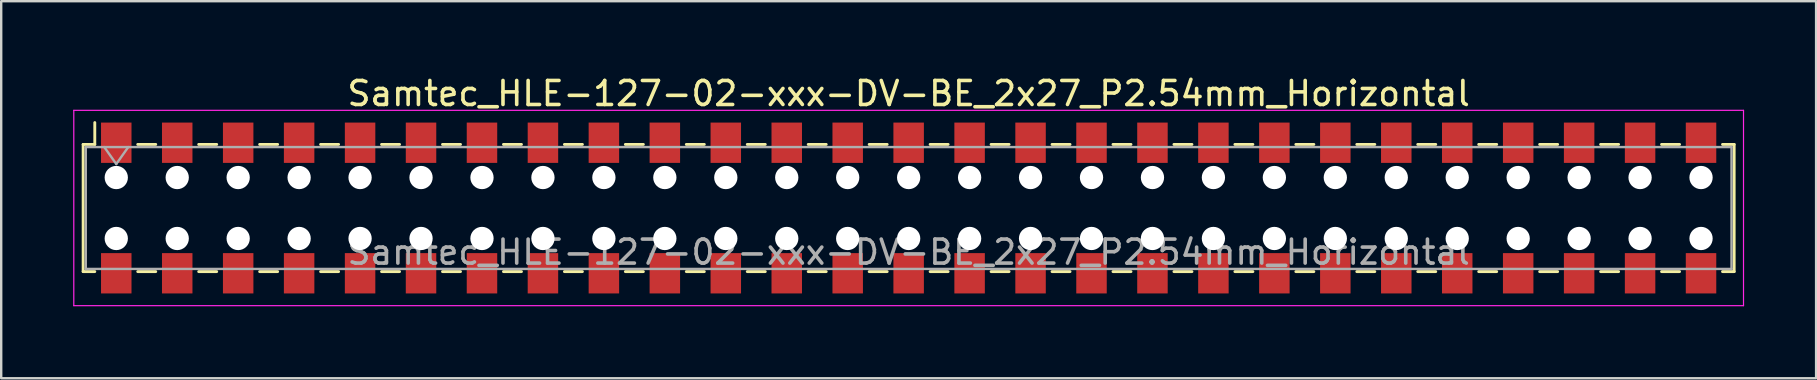
<source format=kicad_pcb>
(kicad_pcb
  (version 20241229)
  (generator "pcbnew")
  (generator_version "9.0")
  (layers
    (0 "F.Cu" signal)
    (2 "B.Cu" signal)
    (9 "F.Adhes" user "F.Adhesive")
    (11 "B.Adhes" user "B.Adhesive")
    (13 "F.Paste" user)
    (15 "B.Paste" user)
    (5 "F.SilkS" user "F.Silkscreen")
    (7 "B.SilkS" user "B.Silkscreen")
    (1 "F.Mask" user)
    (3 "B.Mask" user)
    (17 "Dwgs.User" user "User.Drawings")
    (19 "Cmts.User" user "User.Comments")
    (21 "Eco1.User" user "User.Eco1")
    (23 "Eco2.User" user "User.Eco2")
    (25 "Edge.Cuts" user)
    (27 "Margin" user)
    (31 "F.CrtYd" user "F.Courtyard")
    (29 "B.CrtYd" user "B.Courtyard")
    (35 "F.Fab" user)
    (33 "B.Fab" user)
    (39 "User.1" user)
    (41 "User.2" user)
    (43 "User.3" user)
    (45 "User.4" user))
  (footprint "Samtec_HLE-127-02-xxx-DV-BE_2x27_P2.54mm_Horizontal"
    (layer "F.Cu")
    (at 34.815 5.618)
    (property "Reference" "Samtec_HLE-127-02-xxx-DV-BE_2x27_P2.54mm_Horizontal" (at 0 -4.77 0) (layer "F.SilkS") (effects (font (size 1 1) (thickness 0.15))))
    (attr smd)
    (fp_line (start -34.4 -2.65) (end -34.4 2.65) (stroke (width 0.12) (type solid)) (layer "F.SilkS"))
    (fp_line (start -34.4 2.65) (end -33.915 2.65) (stroke (width 0.12) (type solid)) (layer "F.SilkS"))
    (fp_line (start -33.915 -3.56) (end -33.915 -2.65) (stroke (width 0.12) (type solid)) (layer "F.SilkS"))
    (fp_line (start -33.915 -2.65) (end -34.4 -2.65) (stroke (width 0.12) (type solid)) (layer "F.SilkS"))
    (fp_line (start -32.125 -2.65) (end -31.375 -2.65) (stroke (width 0.12) (type solid)) (layer "F.SilkS"))
    (fp_line (start -32.125 2.65) (end -31.375 2.65) (stroke (width 0.12) (type solid)) (layer "F.SilkS"))
    (fp_line (start -29.585 -2.65) (end -28.835 -2.65) (stroke (width 0.12) (type solid)) (layer "F.SilkS"))
    (fp_line (start -29.585 2.65) (end -28.835 2.65) (stroke (width 0.12) (type solid)) (layer "F.SilkS"))
    (fp_line (start -27.045 -2.65) (end -26.295 -2.65) (stroke (width 0.12) (type solid)) (layer "F.SilkS"))
    (fp_line (start -27.045 2.65) (end -26.295 2.65) (stroke (width 0.12) (type solid)) (layer "F.SilkS"))
    (fp_line (start -24.505 -2.65) (end -23.755 -2.65) (stroke (width 0.12) (type solid)) (layer "F.SilkS"))
    (fp_line (start -24.505 2.65) (end -23.755 2.65) (stroke (width 0.12) (type solid)) (layer "F.SilkS"))
    (fp_line (start -21.965 -2.65) (end -21.215 -2.65) (stroke (width 0.12) (type solid)) (layer "F.SilkS"))
    (fp_line (start -21.965 2.65) (end -21.215 2.65) (stroke (width 0.12) (type solid)) (layer "F.SilkS"))
    (fp_line (start -19.425 -2.65) (end -18.675 -2.65) (stroke (width 0.12) (type solid)) (layer "F.SilkS"))
    (fp_line (start -19.425 2.65) (end -18.675 2.65) (stroke (width 0.12) (type solid)) (layer "F.SilkS"))
    (fp_line (start -16.885 -2.65) (end -16.135 -2.65) (stroke (width 0.12) (type solid)) (layer "F.SilkS"))
    (fp_line (start -16.885 2.65) (end -16.135 2.65) (stroke (width 0.12) (type solid)) (layer "F.SilkS"))
    (fp_line (start -14.345 -2.65) (end -13.595 -2.65) (stroke (width 0.12) (type solid)) (layer "F.SilkS"))
    (fp_line (start -14.345 2.65) (end -13.595 2.65) (stroke (width 0.12) (type solid)) (layer "F.SilkS"))
    (fp_line (start -11.805 -2.65) (end -11.055 -2.65) (stroke (width 0.12) (type solid)) (layer "F.SilkS"))
    (fp_line (start -11.805 2.65) (end -11.055 2.65) (stroke (width 0.12) (type solid)) (layer "F.SilkS"))
    (fp_line (start -9.265 -2.65) (end -8.515 -2.65) (stroke (width 0.12) (type solid)) (layer "F.SilkS"))
    (fp_line (start -9.265 2.65) (end -8.515 2.65) (stroke (width 0.12) (type solid)) (layer "F.SilkS"))
    (fp_line (start -6.725 -2.65) (end -5.975 -2.65) (stroke (width 0.12) (type solid)) (layer "F.SilkS"))
    (fp_line (start -6.725 2.65) (end -5.975 2.65) (stroke (width 0.12) (type solid)) (layer "F.SilkS"))
    (fp_line (start -4.185 -2.65) (end -3.435 -2.65) (stroke (width 0.12) (type solid)) (layer "F.SilkS"))
    (fp_line (start -4.185 2.65) (end -3.435 2.65) (stroke (width 0.12) (type solid)) (layer "F.SilkS"))
    (fp_line (start -1.645 -2.65) (end -0.895 -2.65) (stroke (width 0.12) (type solid)) (layer "F.SilkS"))
    (fp_line (start -1.645 2.65) (end -0.895 2.65) (stroke (width 0.12) (type solid)) (layer "F.SilkS"))
    (fp_line (start 0.895 -2.65) (end 1.645 -2.65) (stroke (width 0.12) (type solid)) (layer "F.SilkS"))
    (fp_line (start 0.895 2.65) (end 1.645 2.65) (stroke (width 0.12) (type solid)) (layer "F.SilkS"))
    (fp_line (start 3.435 -2.65) (end 4.185 -2.65) (stroke (width 0.12) (type solid)) (layer "F.SilkS"))
    (fp_line (start 3.435 2.65) (end 4.185 2.65) (stroke (width 0.12) (type solid)) (layer "F.SilkS"))
    (fp_line (start 5.975 -2.65) (end 6.725 -2.65) (stroke (width 0.12) (type solid)) (layer "F.SilkS"))
    (fp_line (start 5.975 2.65) (end 6.725 2.65) (stroke (width 0.12) (type solid)) (layer "F.SilkS"))
    (fp_line (start 8.515 -2.65) (end 9.265 -2.65) (stroke (width 0.12) (type solid)) (layer "F.SilkS"))
    (fp_line (start 8.515 2.65) (end 9.265 2.65) (stroke (width 0.12) (type solid)) (layer "F.SilkS"))
    (fp_line (start 11.055 -2.65) (end 11.805 -2.65) (stroke (width 0.12) (type solid)) (layer "F.SilkS"))
    (fp_line (start 11.055 2.65) (end 11.805 2.65) (stroke (width 0.12) (type solid)) (layer "F.SilkS"))
    (fp_line (start 13.595 -2.65) (end 14.345 -2.65) (stroke (width 0.12) (type solid)) (layer "F.SilkS"))
    (fp_line (start 13.595 2.65) (end 14.345 2.65) (stroke (width 0.12) (type solid)) (layer "F.SilkS"))
    (fp_line (start 16.135 -2.65) (end 16.885 -2.65) (stroke (width 0.12) (type solid)) (layer "F.SilkS"))
    (fp_line (start 16.135 2.65) (end 16.885 2.65) (stroke (width 0.12) (type solid)) (layer "F.SilkS"))
    (fp_line (start 18.675 -2.65) (end 19.425 -2.65) (stroke (width 0.12) (type solid)) (layer "F.SilkS"))
    (fp_line (start 18.675 2.65) (end 19.425 2.65) (stroke (width 0.12) (type solid)) (layer "F.SilkS"))
    (fp_line (start 21.215 -2.65) (end 21.965 -2.65) (stroke (width 0.12) (type solid)) (layer "F.SilkS"))
    (fp_line (start 21.215 2.65) (end 21.965 2.65) (stroke (width 0.12) (type solid)) (layer "F.SilkS"))
    (fp_line (start 23.755 -2.65) (end 24.505 -2.65) (stroke (width 0.12) (type solid)) (layer "F.SilkS"))
    (fp_line (start 23.755 2.65) (end 24.505 2.65) (stroke (width 0.12) (type solid)) (layer "F.SilkS"))
    (fp_line (start 26.295 -2.65) (end 27.045 -2.65) (stroke (width 0.12) (type solid)) (layer "F.SilkS"))
    (fp_line (start 26.295 2.65) (end 27.045 2.65) (stroke (width 0.12) (type solid)) (layer "F.SilkS"))
    (fp_line (start 28.835 -2.65) (end 29.585 -2.65) (stroke (width 0.12) (type solid)) (layer "F.SilkS"))
    (fp_line (start 28.835 2.65) (end 29.585 2.65) (stroke (width 0.12) (type solid)) (layer "F.SilkS"))
    (fp_line (start 31.375 -2.65) (end 32.125 -2.65) (stroke (width 0.12) (type solid)) (layer "F.SilkS"))
    (fp_line (start 31.375 2.65) (end 32.125 2.65) (stroke (width 0.12) (type solid)) (layer "F.SilkS"))
    (fp_line (start 33.915 -2.65) (end 34.4 -2.65) (stroke (width 0.12) (type solid)) (layer "F.SilkS"))
    (fp_line (start 34.4 -2.65) (end 34.4 2.65) (stroke (width 0.12) (type solid)) (layer "F.SilkS"))
    (fp_line (start 34.4 2.65) (end 33.915 2.65) (stroke (width 0.12) (type solid)) (layer "F.SilkS"))
    (fp_line (start -34.79 -4.07) (end 34.79 -4.07) (stroke (width 0.05) (type solid)) (layer "F.CrtYd"))
    (fp_line (start -34.79 4.07) (end -34.79 -4.07) (stroke (width 0.05) (type solid)) (layer "F.CrtYd"))
    (fp_line (start 34.79 -4.07) (end 34.79 4.07) (stroke (width 0.05) (type solid)) (layer "F.CrtYd"))
    (fp_line (start 34.79 4.07) (end -34.79 4.07) (stroke (width 0.05) (type solid)) (layer "F.CrtYd"))
    (fp_line (start -34.29 -2.54) (end 34.29 -2.54) (stroke (width 0.1) (type solid)) (layer "F.Fab"))
    (fp_line (start -34.29 2.54) (end -34.29 -2.54) (stroke (width 0.1) (type solid)) (layer "F.Fab"))
    (fp_line (start -33.52 -2.54) (end -33.02 -1.833) (stroke (width 0.1) (type solid)) (layer "F.Fab"))
    (fp_line (start -33.02 -1.833) (end -32.52 -2.54) (stroke (width 0.1) (type solid)) (layer "F.Fab"))
    (fp_line (start 34.29 -2.54) (end 34.29 2.54) (stroke (width 0.1) (type solid)) (layer "F.Fab"))
    (fp_line (start 34.29 2.54) (end -34.29 2.54) (stroke (width 0.1) (type solid)) (layer "F.Fab"))
    (fp_text user "${REFERENCE}" (at 0 1.84 0) (layer "F.Fab") (effects (font (size 1 1) (thickness 0.15))))
    (pad "" np_thru_hole circle (at -33.02 -1.27) (size 0.97 0.97) (drill 0.97) (layers "*.Cu" "*.Mask"))
    (pad "" np_thru_hole circle (at -33.02 1.27) (size 0.97 0.97) (drill 0.97) (layers "*.Cu" "*.Mask"))
    (pad "" np_thru_hole circle (at -30.48 -1.27) (size 0.97 0.97) (drill 0.97) (layers "*.Cu" "*.Mask"))
    (pad "" np_thru_hole circle (at -30.48 1.27) (size 0.97 0.97) (drill 0.97) (layers "*.Cu" "*.Mask"))
    (pad "" np_thru_hole circle (at -27.94 -1.27) (size 0.97 0.97) (drill 0.97) (layers "*.Cu" "*.Mask"))
    (pad "" np_thru_hole circle (at -27.94 1.27) (size 0.97 0.97) (drill 0.97) (layers "*.Cu" "*.Mask"))
    (pad "" np_thru_hole circle (at -25.4 -1.27) (size 0.97 0.97) (drill 0.97) (layers "*.Cu" "*.Mask"))
    (pad "" np_thru_hole circle (at -25.4 1.27) (size 0.97 0.97) (drill 0.97) (layers "*.Cu" "*.Mask"))
    (pad "" np_thru_hole circle (at -22.86 -1.27) (size 0.97 0.97) (drill 0.97) (layers "*.Cu" "*.Mask"))
    (pad "" np_thru_hole circle (at -22.86 1.27) (size 0.97 0.97) (drill 0.97) (layers "*.Cu" "*.Mask"))
    (pad "" np_thru_hole circle (at -20.32 -1.27) (size 0.97 0.97) (drill 0.97) (layers "*.Cu" "*.Mask"))
    (pad "" np_thru_hole circle (at -20.32 1.27) (size 0.97 0.97) (drill 0.97) (layers "*.Cu" "*.Mask"))
    (pad "" np_thru_hole circle (at -17.78 -1.27) (size 0.97 0.97) (drill 0.97) (layers "*.Cu" "*.Mask"))
    (pad "" np_thru_hole circle (at -17.78 1.27) (size 0.97 0.97) (drill 0.97) (layers "*.Cu" "*.Mask"))
    (pad "" np_thru_hole circle (at -15.24 -1.27) (size 0.97 0.97) (drill 0.97) (layers "*.Cu" "*.Mask"))
    (pad "" np_thru_hole circle (at -15.24 1.27) (size 0.97 0.97) (drill 0.97) (layers "*.Cu" "*.Mask"))
    (pad "" np_thru_hole circle (at -12.7 -1.27) (size 0.97 0.97) (drill 0.97) (layers "*.Cu" "*.Mask"))
    (pad "" np_thru_hole circle (at -12.7 1.27) (size 0.97 0.97) (drill 0.97) (layers "*.Cu" "*.Mask"))
    (pad "" np_thru_hole circle (at -10.16 -1.27) (size 0.97 0.97) (drill 0.97) (layers "*.Cu" "*.Mask"))
    (pad "" np_thru_hole circle (at -10.16 1.27) (size 0.97 0.97) (drill 0.97) (layers "*.Cu" "*.Mask"))
    (pad "" np_thru_hole circle (at -7.62 -1.27) (size 0.97 0.97) (drill 0.97) (layers "*.Cu" "*.Mask"))
    (pad "" np_thru_hole circle (at -7.62 1.27) (size 0.97 0.97) (drill 0.97) (layers "*.Cu" "*.Mask"))
    (pad "" np_thru_hole circle (at -5.08 -1.27) (size 0.97 0.97) (drill 0.97) (layers "*.Cu" "*.Mask"))
    (pad "" np_thru_hole circle (at -5.08 1.27) (size 0.97 0.97) (drill 0.97) (layers "*.Cu" "*.Mask"))
    (pad "" np_thru_hole circle (at -2.54 -1.27) (size 0.97 0.97) (drill 0.97) (layers "*.Cu" "*.Mask"))
    (pad "" np_thru_hole circle (at -2.54 1.27) (size 0.97 0.97) (drill 0.97) (layers "*.Cu" "*.Mask"))
    (pad "" np_thru_hole circle (at 0 -1.27) (size 0.97 0.97) (drill 0.97) (layers "*.Cu" "*.Mask"))
    (pad "" np_thru_hole circle (at 0 1.27) (size 0.97 0.97) (drill 0.97) (layers "*.Cu" "*.Mask"))
    (pad "" np_thru_hole circle (at 2.54 -1.27) (size 0.97 0.97) (drill 0.97) (layers "*.Cu" "*.Mask"))
    (pad "" np_thru_hole circle (at 2.54 1.27) (size 0.97 0.97) (drill 0.97) (layers "*.Cu" "*.Mask"))
    (pad "" np_thru_hole circle (at 5.08 -1.27) (size 0.97 0.97) (drill 0.97) (layers "*.Cu" "*.Mask"))
    (pad "" np_thru_hole circle (at 5.08 1.27) (size 0.97 0.97) (drill 0.97) (layers "*.Cu" "*.Mask"))
    (pad "" np_thru_hole circle (at 7.62 -1.27) (size 0.97 0.97) (drill 0.97) (layers "*.Cu" "*.Mask"))
    (pad "" np_thru_hole circle (at 7.62 1.27) (size 0.97 0.97) (drill 0.97) (layers "*.Cu" "*.Mask"))
    (pad "" np_thru_hole circle (at 10.16 -1.27) (size 0.97 0.97) (drill 0.97) (layers "*.Cu" "*.Mask"))
    (pad "" np_thru_hole circle (at 10.16 1.27) (size 0.97 0.97) (drill 0.97) (layers "*.Cu" "*.Mask"))
    (pad "" np_thru_hole circle (at 12.7 -1.27) (size 0.97 0.97) (drill 0.97) (layers "*.Cu" "*.Mask"))
    (pad "" np_thru_hole circle (at 12.7 1.27) (size 0.97 0.97) (drill 0.97) (layers "*.Cu" "*.Mask"))
    (pad "" np_thru_hole circle (at 15.24 -1.27) (size 0.97 0.97) (drill 0.97) (layers "*.Cu" "*.Mask"))
    (pad "" np_thru_hole circle (at 15.24 1.27) (size 0.97 0.97) (drill 0.97) (layers "*.Cu" "*.Mask"))
    (pad "" np_thru_hole circle (at 17.78 -1.27) (size 0.97 0.97) (drill 0.97) (layers "*.Cu" "*.Mask"))
    (pad "" np_thru_hole circle (at 17.78 1.27) (size 0.97 0.97) (drill 0.97) (layers "*.Cu" "*.Mask"))
    (pad "" np_thru_hole circle (at 20.32 -1.27) (size 0.97 0.97) (drill 0.97) (layers "*.Cu" "*.Mask"))
    (pad "" np_thru_hole circle (at 20.32 1.27) (size 0.97 0.97) (drill 0.97) (layers "*.Cu" "*.Mask"))
    (pad "" np_thru_hole circle (at 22.86 -1.27) (size 0.97 0.97) (drill 0.97) (layers "*.Cu" "*.Mask"))
    (pad "" np_thru_hole circle (at 22.86 1.27) (size 0.97 0.97) (drill 0.97) (layers "*.Cu" "*.Mask"))
    (pad "" np_thru_hole circle (at 25.4 -1.27) (size 0.97 0.97) (drill 0.97) (layers "*.Cu" "*.Mask"))
    (pad "" np_thru_hole circle (at 25.4 1.27) (size 0.97 0.97) (drill 0.97) (layers "*.Cu" "*.Mask"))
    (pad "" np_thru_hole circle (at 27.94 -1.27) (size 0.97 0.97) (drill 0.97) (layers "*.Cu" "*.Mask"))
    (pad "" np_thru_hole circle (at 27.94 1.27) (size 0.97 0.97) (drill 0.97) (layers "*.Cu" "*.Mask"))
    (pad "" np_thru_hole circle (at 30.48 -1.27) (size 0.97 0.97) (drill 0.97) (layers "*.Cu" "*.Mask"))
    (pad "" np_thru_hole circle (at 30.48 1.27) (size 0.97 0.97) (drill 0.97) (layers "*.Cu" "*.Mask"))
    (pad "" np_thru_hole circle (at 33.02 -1.27) (size 0.97 0.97) (drill 0.97) (layers "*.Cu" "*.Mask"))
    (pad "" np_thru_hole circle (at 33.02 1.27) (size 0.97 0.97) (drill 0.97) (layers "*.Cu" "*.Mask"))
    (pad "1" smd rect (at -33.02 -2.72) (size 1.27 1.68) (layers "F.Cu" "F.Mask" "F.Paste"))
    (pad "2" smd rect (at -33.02 2.72) (size 1.27 1.68) (layers "F.Cu" "F.Mask" "F.Paste"))
    (pad "3" smd rect (at -30.48 -2.72) (size 1.27 1.68) (layers "F.Cu" "F.Mask" "F.Paste"))
    (pad "4" smd rect (at -30.48 2.72) (size 1.27 1.68) (layers "F.Cu" "F.Mask" "F.Paste"))
    (pad "5" smd rect (at -27.94 -2.72) (size 1.27 1.68) (layers "F.Cu" "F.Mask" "F.Paste"))
    (pad "6" smd rect (at -27.94 2.72) (size 1.27 1.68) (layers "F.Cu" "F.Mask" "F.Paste"))
    (pad "7" smd rect (at -25.4 -2.72) (size 1.27 1.68) (layers "F.Cu" "F.Mask" "F.Paste"))
    (pad "8" smd rect (at -25.4 2.72) (size 1.27 1.68) (layers "F.Cu" "F.Mask" "F.Paste"))
    (pad "9" smd rect (at -22.86 -2.72) (size 1.27 1.68) (layers "F.Cu" "F.Mask" "F.Paste"))
    (pad "10" smd rect (at -22.86 2.72) (size 1.27 1.68) (layers "F.Cu" "F.Mask" "F.Paste"))
    (pad "11" smd rect (at -20.32 -2.72) (size 1.27 1.68) (layers "F.Cu" "F.Mask" "F.Paste"))
    (pad "12" smd rect (at -20.32 2.72) (size 1.27 1.68) (layers "F.Cu" "F.Mask" "F.Paste"))
    (pad "13" smd rect (at -17.78 -2.72) (size 1.27 1.68) (layers "F.Cu" "F.Mask" "F.Paste"))
    (pad "14" smd rect (at -17.78 2.72) (size 1.27 1.68) (layers "F.Cu" "F.Mask" "F.Paste"))
    (pad "15" smd rect (at -15.24 -2.72) (size 1.27 1.68) (layers "F.Cu" "F.Mask" "F.Paste"))
    (pad "16" smd rect (at -15.24 2.72) (size 1.27 1.68) (layers "F.Cu" "F.Mask" "F.Paste"))
    (pad "17" smd rect (at -12.7 -2.72) (size 1.27 1.68) (layers "F.Cu" "F.Mask" "F.Paste"))
    (pad "18" smd rect (at -12.7 2.72) (size 1.27 1.68) (layers "F.Cu" "F.Mask" "F.Paste"))
    (pad "19" smd rect (at -10.16 -2.72) (size 1.27 1.68) (layers "F.Cu" "F.Mask" "F.Paste"))
    (pad "20" smd rect (at -10.16 2.72) (size 1.27 1.68) (layers "F.Cu" "F.Mask" "F.Paste"))
    (pad "21" smd rect (at -7.62 -2.72) (size 1.27 1.68) (layers "F.Cu" "F.Mask" "F.Paste"))
    (pad "22" smd rect (at -7.62 2.72) (size 1.27 1.68) (layers "F.Cu" "F.Mask" "F.Paste"))
    (pad "23" smd rect (at -5.08 -2.72) (size 1.27 1.68) (layers "F.Cu" "F.Mask" "F.Paste"))
    (pad "24" smd rect (at -5.08 2.72) (size 1.27 1.68) (layers "F.Cu" "F.Mask" "F.Paste"))
    (pad "25" smd rect (at -2.54 -2.72) (size 1.27 1.68) (layers "F.Cu" "F.Mask" "F.Paste"))
    (pad "26" smd rect (at -2.54 2.72) (size 1.27 1.68) (layers "F.Cu" "F.Mask" "F.Paste"))
    (pad "27" smd rect (at 0 -2.72) (size 1.27 1.68) (layers "F.Cu" "F.Mask" "F.Paste"))
    (pad "28" smd rect (at 0 2.72) (size 1.27 1.68) (layers "F.Cu" "F.Mask" "F.Paste"))
    (pad "29" smd rect (at 2.54 -2.72) (size 1.27 1.68) (layers "F.Cu" "F.Mask" "F.Paste"))
    (pad "30" smd rect (at 2.54 2.72) (size 1.27 1.68) (layers "F.Cu" "F.Mask" "F.Paste"))
    (pad "31" smd rect (at 5.08 -2.72) (size 1.27 1.68) (layers "F.Cu" "F.Mask" "F.Paste"))
    (pad "32" smd rect (at 5.08 2.72) (size 1.27 1.68) (layers "F.Cu" "F.Mask" "F.Paste"))
    (pad "33" smd rect (at 7.62 -2.72) (size 1.27 1.68) (layers "F.Cu" "F.Mask" "F.Paste"))
    (pad "34" smd rect (at 7.62 2.72) (size 1.27 1.68) (layers "F.Cu" "F.Mask" "F.Paste"))
    (pad "35" smd rect (at 10.16 -2.72) (size 1.27 1.68) (layers "F.Cu" "F.Mask" "F.Paste"))
    (pad "36" smd rect (at 10.16 2.72) (size 1.27 1.68) (layers "F.Cu" "F.Mask" "F.Paste"))
    (pad "37" smd rect (at 12.7 -2.72) (size 1.27 1.68) (layers "F.Cu" "F.Mask" "F.Paste"))
    (pad "38" smd rect (at 12.7 2.72) (size 1.27 1.68) (layers "F.Cu" "F.Mask" "F.Paste"))
    (pad "39" smd rect (at 15.24 -2.72) (size 1.27 1.68) (layers "F.Cu" "F.Mask" "F.Paste"))
    (pad "40" smd rect (at 15.24 2.72) (size 1.27 1.68) (layers "F.Cu" "F.Mask" "F.Paste"))
    (pad "41" smd rect (at 17.78 -2.72) (size 1.27 1.68) (layers "F.Cu" "F.Mask" "F.Paste"))
    (pad "42" smd rect (at 17.78 2.72) (size 1.27 1.68) (layers "F.Cu" "F.Mask" "F.Paste"))
    (pad "43" smd rect (at 20.32 -2.72) (size 1.27 1.68) (layers "F.Cu" "F.Mask" "F.Paste"))
    (pad "44" smd rect (at 20.32 2.72) (size 1.27 1.68) (layers "F.Cu" "F.Mask" "F.Paste"))
    (pad "45" smd rect (at 22.86 -2.72) (size 1.27 1.68) (layers "F.Cu" "F.Mask" "F.Paste"))
    (pad "46" smd rect (at 22.86 2.72) (size 1.27 1.68) (layers "F.Cu" "F.Mask" "F.Paste"))
    (pad "47" smd rect (at 25.4 -2.72) (size 1.27 1.68) (layers "F.Cu" "F.Mask" "F.Paste"))
    (pad "48" smd rect (at 25.4 2.72) (size 1.27 1.68) (layers "F.Cu" "F.Mask" "F.Paste"))
    (pad "49" smd rect (at 27.94 -2.72) (size 1.27 1.68) (layers "F.Cu" "F.Mask" "F.Paste"))
    (pad "50" smd rect (at 27.94 2.72) (size 1.27 1.68) (layers "F.Cu" "F.Mask" "F.Paste"))
    (pad "51" smd rect (at 30.48 -2.72) (size 1.27 1.68) (layers "F.Cu" "F.Mask" "F.Paste"))
    (pad "52" smd rect (at 30.48 2.72) (size 1.27 1.68) (layers "F.Cu" "F.Mask" "F.Paste"))
    (pad "53" smd rect (at 33.02 -2.72) (size 1.27 1.68) (layers "F.Cu" "F.Mask" "F.Paste"))
    (pad "54" smd rect (at 33.02 2.72) (size 1.27 1.68) (layers "F.Cu" "F.Mask" "F.Paste")))
  (gr_rect
    (start -3 -3)
    (end 72.63 12.713)
    (stroke (width 0.1) (type default))
    (fill no)
    (layer "Edge.Cuts")))
</source>
